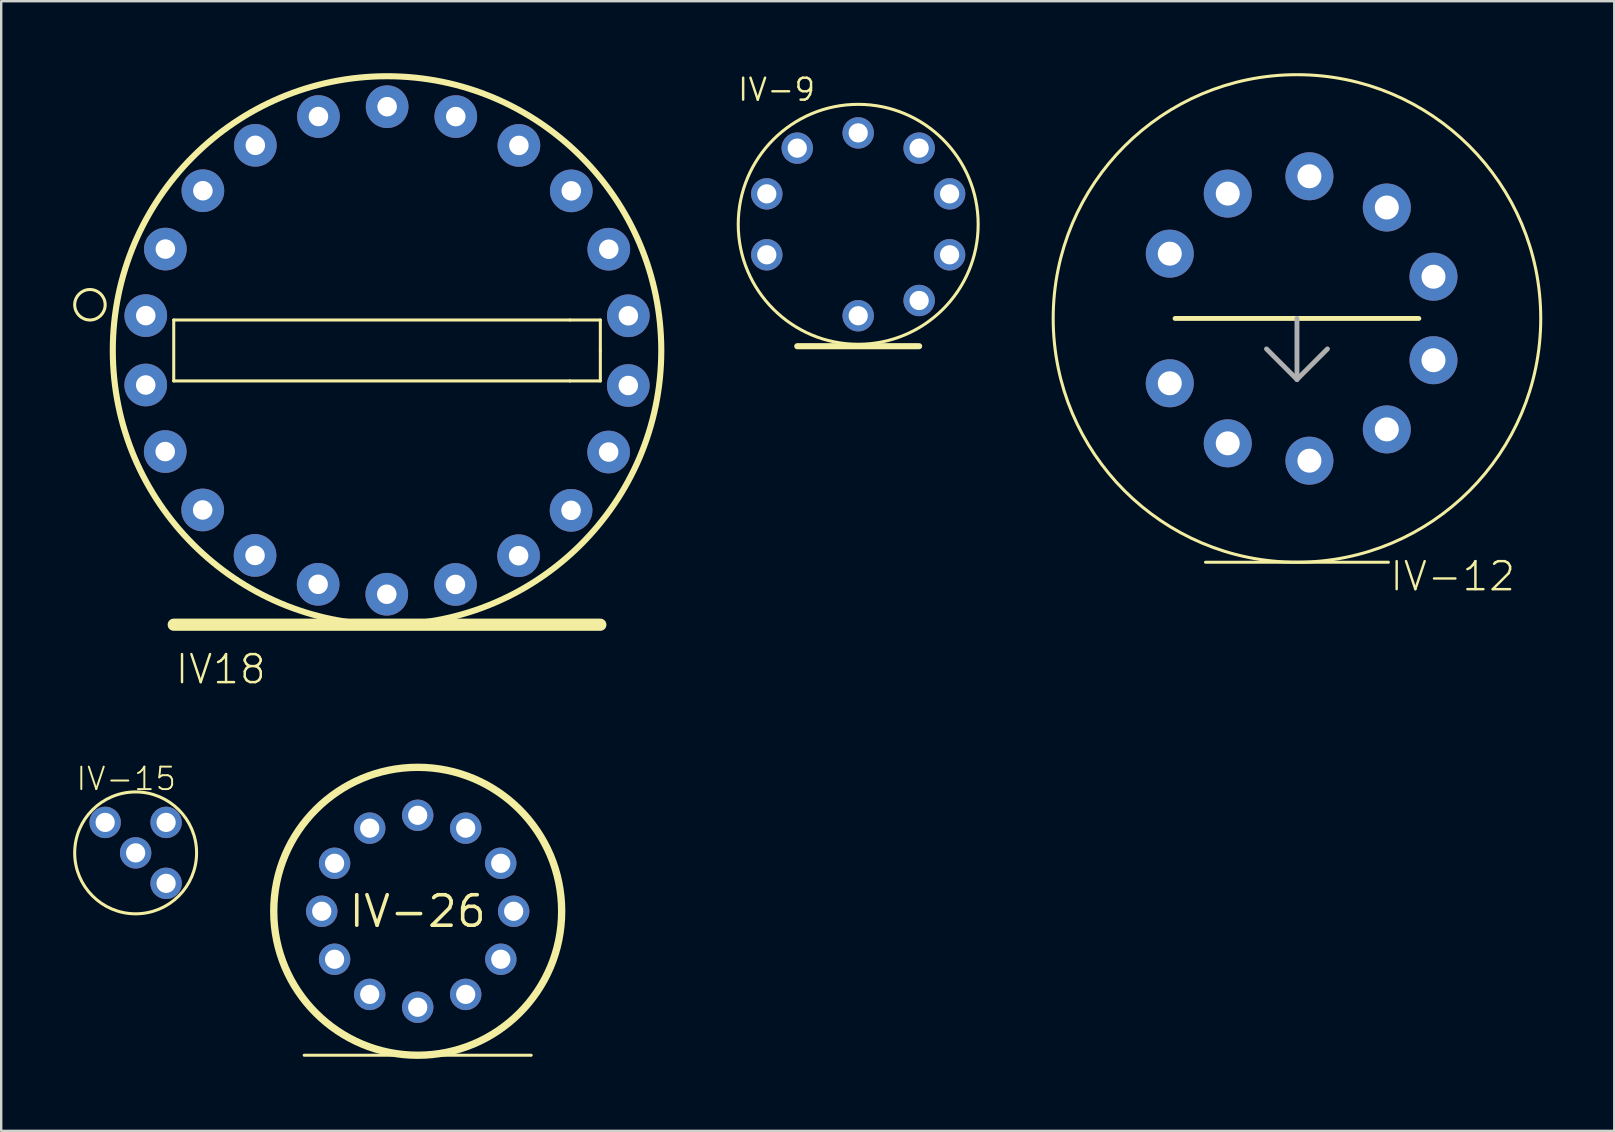
<source format=kicad_pcb>
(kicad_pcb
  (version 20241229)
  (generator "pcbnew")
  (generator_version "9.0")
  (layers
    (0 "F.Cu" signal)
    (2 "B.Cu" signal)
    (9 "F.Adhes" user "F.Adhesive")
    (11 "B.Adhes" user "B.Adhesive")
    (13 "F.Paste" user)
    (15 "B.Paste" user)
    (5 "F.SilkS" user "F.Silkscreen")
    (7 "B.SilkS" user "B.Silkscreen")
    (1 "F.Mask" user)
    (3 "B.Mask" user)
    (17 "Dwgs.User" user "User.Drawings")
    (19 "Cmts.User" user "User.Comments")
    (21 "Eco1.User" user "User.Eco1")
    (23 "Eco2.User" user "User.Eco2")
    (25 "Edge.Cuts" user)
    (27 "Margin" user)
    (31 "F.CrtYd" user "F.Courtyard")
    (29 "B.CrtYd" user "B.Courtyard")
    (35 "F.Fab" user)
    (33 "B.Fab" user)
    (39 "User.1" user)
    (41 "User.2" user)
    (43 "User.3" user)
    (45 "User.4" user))
  (footprint "IV18"
    (layer "F.Cu")
    (at 13.081 11.557)
    (property "Reference" "IV18" (at -8.89 13.97 0) (layer "F.SilkS") (effects (font (size 1.168 1.168) (thickness 0.102)) (justify left bottom)))
    (fp_line (start -8.89 -1.27) (end -8.89 1.27) (stroke (width 0.127) (type solid)) (layer "F.SilkS"))
    (fp_line (start -8.89 1.27) (end 7.62 1.27) (stroke (width 0.127) (type solid)) (layer "F.SilkS"))
    (fp_line (start -8.89 11.43) (end 8.89 11.43) (stroke (width 0.508) (type solid)) (layer "F.SilkS"))
    (fp_line (start 7.62 -1.27) (end -8.89 -1.27) (stroke (width 0.127) (type solid)) (layer "F.SilkS"))
    (fp_line (start 7.62 1.27) (end 8.89 1.27) (stroke (width 0.127) (type solid)) (layer "F.SilkS"))
    (fp_line (start 8.89 -1.27) (end 7.62 -1.27) (stroke (width 0.127) (type solid)) (layer "F.SilkS"))
    (fp_line (start 8.89 0) (end 8.89 -1.27) (stroke (width 0.127) (type solid)) (layer "F.SilkS"))
    (fp_line (start 8.89 1.27) (end 8.89 0) (stroke (width 0.127) (type solid)) (layer "F.SilkS"))
    (fp_circle (center -12.383 -1.905) (end -11.748 -1.905) (stroke (width 0.127) (type solid)) (fill no) (layer "F.SilkS"))
    (fp_circle (center 0 0) (end 11.43 0) (stroke (width 0.254) (type solid)) (fill no) (layer "F.SilkS"))
    (pad "1" thru_hole circle (at -10.056 -1.453 171.7) (size 1.778 1.778) (drill 0.813) (layers "*.Cu" "*.Mask"))
    (pad "2" thru_hole circle (at -10.058 1.439 188.2) (size 1.778 1.778) (drill 0.813) (layers "*.Cu" "*.Mask"))
    (pad "3" thru_hole circle (at -9.245 4.213 204.5) (size 1.778 1.778) (drill 0.813) (layers "*.Cu" "*.Mask"))
    (pad "4" thru_hole circle (at -7.684 6.647 220.9) (size 1.778 1.778) (drill 0.813) (layers "*.Cu" "*.Mask"))
    (pad "5" thru_hole circle (at -5.501 8.542 237.2) (size 1.778 1.778) (drill 0.813) (layers "*.Cu" "*.Mask"))
    (pad "6" thru_hole circle (at -2.872 9.746 253.6) (size 1.778 1.778) (drill 0.813) (layers "*.Cu" "*.Mask"))
    (pad "7" thru_hole circle (at -0.011 10.16 269.9) (size 1.778 1.778) (drill 0.813) (layers "*.Cu" "*.Mask"))
    (pad "8" thru_hole circle (at 2.852 9.752 286.3) (size 1.778 1.778) (drill 0.813) (layers "*.Cu" "*.Mask"))
    (pad "9" thru_hole circle (at 5.483 8.554 302.7) (size 1.778 1.778) (drill 0.813) (layers "*.Cu" "*.Mask"))
    (pad "10" thru_hole circle (at 7.67 6.663 319) (size 1.778 1.778) (drill 0.813) (layers "*.Cu" "*.Mask"))
    (pad "11" thru_hole circle (at 9.236 4.233 335.4) (size 1.778 1.778) (drill 0.813) (layers "*.Cu" "*.Mask"))
    (pad "12" thru_hole circle (at 10.055 1.46 351.7) (size 1.778 1.778) (drill 0.813) (layers "*.Cu" "*.Mask"))
    (pad "13" thru_hole circle (at 10.057 -1.446 8.2) (size 1.778 1.778) (drill 0.813) (layers "*.Cu" "*.Mask"))
    (pad "14" thru_hole circle (at 9.242 -4.22 24.5) (size 1.778 1.778) (drill 0.813) (layers "*.Cu" "*.Mask"))
    (pad "15" thru_hole circle (at 7.679 -6.652 40.9) (size 1.778 1.778) (drill 0.813) (layers "*.Cu" "*.Mask"))
    (pad "16" thru_hole circle (at 5.495 -8.546 57.2) (size 1.778 1.778) (drill 0.813) (layers "*.Cu" "*.Mask"))
    (pad "17" thru_hole circle (at 2.865 -9.748 73.7) (size 1.778 1.778) (drill 0.813) (layers "*.Cu" "*.Mask"))
    (pad "18" thru_hole circle (at 0.004 -10.16 90) (size 1.778 1.778) (drill 0.813) (layers "*.Cu" "*.Mask"))
    (pad "19" thru_hole circle (at -2.858 -9.75 106.3) (size 1.778 1.778) (drill 0.813) (layers "*.Cu" "*.Mask"))
    (pad "20" thru_hole circle (at -5.489 -8.55 122.7) (size 1.778 1.778) (drill 0.813) (layers "*.Cu" "*.Mask"))
    (pad "21" thru_hole circle (at -7.675 -6.658 139) (size 1.778 1.778) (drill 0.813) (layers "*.Cu" "*.Mask"))
    (pad "22" thru_hole circle (at -9.239 -4.226 155.4) (size 1.778 1.778) (drill 0.813) (layers "*.Cu" "*.Mask")))
  (footprint "IV-26"
    (layer "F.Cu")
    (at 14.359 34.93)
    (property "Reference" "IV-26" (at 0 0 0) (layer "F.SilkS") (effects (font (size 1.27 1.27) (thickness 0.15))))
    (fp_line (start -4.73 6) (end 4.73 6) (stroke (width 0.127) (type solid)) (layer "F.SilkS"))
    (fp_circle (center 0 0) (end 6 0) (stroke (width 0.305) (type solid)) (fill no) (layer "F.SilkS"))
    (pad "1" thru_hole circle (at 4 0) (size 1.308 1.308) (drill 0.8) (layers "*.Cu" "*.Mask"))
    (pad "2" thru_hole circle (at 3.46 -2) (size 1.308 1.308) (drill 0.8) (layers "*.Cu" "*.Mask"))
    (pad "3" thru_hole circle (at 2 -3.464) (size 1.308 1.308) (drill 0.8) (layers "*.Cu" "*.Mask"))
    (pad "4" thru_hole circle (at 0 -4) (size 1.308 1.308) (drill 0.8) (layers "*.Cu" "*.Mask"))
    (pad "5" thru_hole circle (at -2 -3.464) (size 1.308 1.308) (drill 0.8) (layers "*.Cu" "*.Mask"))
    (pad "6" thru_hole circle (at -3.464 -2) (size 1.308 1.308) (drill 0.8) (layers "*.Cu" "*.Mask"))
    (pad "7" thru_hole circle (at -4 0) (size 1.308 1.308) (drill 0.8) (layers "*.Cu" "*.Mask"))
    (pad "8" thru_hole circle (at -3.464 2) (size 1.308 1.308) (drill 0.8) (layers "*.Cu" "*.Mask"))
    (pad "9" thru_hole circle (at -2 3.464) (size 1.308 1.308) (drill 0.8) (layers "*.Cu" "*.Mask"))
    (pad "10" thru_hole circle (at 0 4) (size 1.308 1.308) (drill 0.8) (layers "*.Cu" "*.Mask"))
    (pad "11" thru_hole circle (at 2 3.464) (size 1.308 1.308) (drill 0.8) (layers "*.Cu" "*.Mask"))
    (pad "12" thru_hole circle (at 3.464 2) (size 1.308 1.308) (drill 0.8) (layers "*.Cu" "*.Mask")))
  (footprint "IV-12"
    (layer "F.Cu")
    (at 51.005 10.223)
    (property "Reference" "IV-12" (at 3.81 11.43 0) (layer "F.SilkS") (effects (font (size 1.168 1.168) (thickness 0.102)) (justify left bottom)))
    (fp_line (start -5.08 0) (end 5.08 0) (stroke (width 0.203) (type solid)) (layer "F.SilkS"))
    (fp_line (start -3.81 10.16) (end 3.81 10.16) (stroke (width 0.127) (type solid)) (layer "F.SilkS"))
    (fp_circle (center 0 0) (end 10.16 0) (stroke (width 0.127) (type solid)) (fill no) (layer "F.SilkS"))
    (fp_line (start 0 0) (end 0 2.54) (stroke (width 0.203) (type solid)) (layer "F.Fab"))
    (fp_line (start 0 2.54) (end -1.27 1.27) (stroke (width 0.203) (type solid)) (layer "F.Fab"))
    (fp_line (start 0 2.54) (end 1.27 1.27) (stroke (width 0.203) (type solid)) (layer "F.Fab"))
    (pad "1" thru_hole circle (at -5.301 2.701 207) (size 2 2) (drill 1) (layers "*.Cu" "*.Mask"))
    (pad "2" thru_hole circle (at -2.885 5.204 241) (size 2 2) (drill 1) (layers "*.Cu" "*.Mask"))
    (pad "3" thru_hole circle (at 0.519 5.927 275) (size 2 2) (drill 1) (layers "*.Cu" "*.Mask"))
    (pad "4" thru_hole circle (at 3.744 4.624 309) (size 2 2) (drill 1) (layers "*.Cu" "*.Mask"))
    (pad "5" thru_hole circle (at 5.69 1.74 343) (size 2 2) (drill 1) (layers "*.Cu" "*.Mask"))
    (pad "6" thru_hole circle (at 5.69 -1.74 17) (size 2 2) (drill 1) (layers "*.Cu" "*.Mask"))
    (pad "7" thru_hole circle (at 3.744 -4.624 51) (size 2 2) (drill 1) (layers "*.Cu" "*.Mask"))
    (pad "8" thru_hole circle (at 0.519 -5.927 85) (size 2 2) (drill 1) (layers "*.Cu" "*.Mask"))
    (pad "9" thru_hole circle (at -2.885 -5.204 119) (size 2 2) (drill 1) (layers "*.Cu" "*.Mask"))
    (pad "10" thru_hole circle (at -5.301 -2.701 153) (size 2 2) (drill 1) (layers "*.Cu" "*.Mask")))
  (footprint "IV-9"
    (layer "F.Cu")
    (at 32.718 6.299)
    (property "Reference" "IV-9" (at -5.08 -5.08 0) (layer "F.SilkS") (effects (font (size 0.914 0.914) (thickness 0.102)) (justify left bottom)))
    (fp_line (start -2.54 5.08) (end 2.54 5.08) (stroke (width 0.254) (type solid)) (layer "F.SilkS"))
    (fp_circle (center 0 0) (end 5 0) (stroke (width 0.127) (type solid)) (fill no) (layer "F.SilkS"))
    (pad "1" thru_hole circle (at 0 3.81) (size 1.308 1.308) (drill 0.8) (layers "*.Cu" "*.Mask"))
    (pad "2" thru_hole circle (at 2.54 3.175) (size 1.308 1.308) (drill 0.8) (layers "*.Cu" "*.Mask"))
    (pad "3" thru_hole circle (at 3.81 1.27) (size 1.308 1.308) (drill 0.8) (layers "*.Cu" "*.Mask"))
    (pad "4" thru_hole circle (at 3.81 -1.27) (size 1.308 1.308) (drill 0.8) (layers "*.Cu" "*.Mask"))
    (pad "5" thru_hole circle (at 2.54 -3.175) (size 1.308 1.308) (drill 0.8) (layers "*.Cu" "*.Mask"))
    (pad "6" thru_hole circle (at 0 -3.81) (size 1.308 1.308) (drill 0.8) (layers "*.Cu" "*.Mask"))
    (pad "7" thru_hole circle (at -2.54 -3.175) (size 1.308 1.308) (drill 0.8) (layers "*.Cu" "*.Mask"))
    (pad "8" thru_hole circle (at -3.81 -1.27) (size 1.308 1.308) (drill 0.8) (layers "*.Cu" "*.Mask"))
    (pad "9" thru_hole circle (at -3.81 1.27) (size 1.308 1.308) (drill 0.8) (layers "*.Cu" "*.Mask")))
  (footprint "IV-15"
    (layer "F.Cu")
    (at 2.603 32.496)
    (property "Reference" "IV-15" (at -2.54 -2.54 0) (layer "F.SilkS") (effects (font (size 0.935 0.935) (thickness 0.081)) (justify left bottom)))
    (fp_circle (center 0 0) (end 2.54 0) (stroke (width 0.127) (type solid)) (fill no) (layer "F.SilkS"))
    (pad "1" thru_hole circle (at 0 0) (size 1.308 1.308) (drill 0.8) (layers "*.Cu" "*.Mask"))
    (pad "2" thru_hole circle (at -1.27 -1.27) (size 1.308 1.308) (drill 0.8) (layers "*.Cu" "*.Mask"))
    (pad "3" thru_hole circle (at 1.27 -1.27) (size 1.308 1.308) (drill 0.8) (layers "*.Cu" "*.Mask"))
    (pad "4" thru_hole circle (at 1.27 1.27) (size 1.308 1.308) (drill 0.8) (layers "*.Cu" "*.Mask")))
  (gr_rect
    (start -3 -3)
    (end 64.228 44.082)
    (stroke (width 0.1) (type default))
    (fill no)
    (layer "Edge.Cuts")))
</source>
